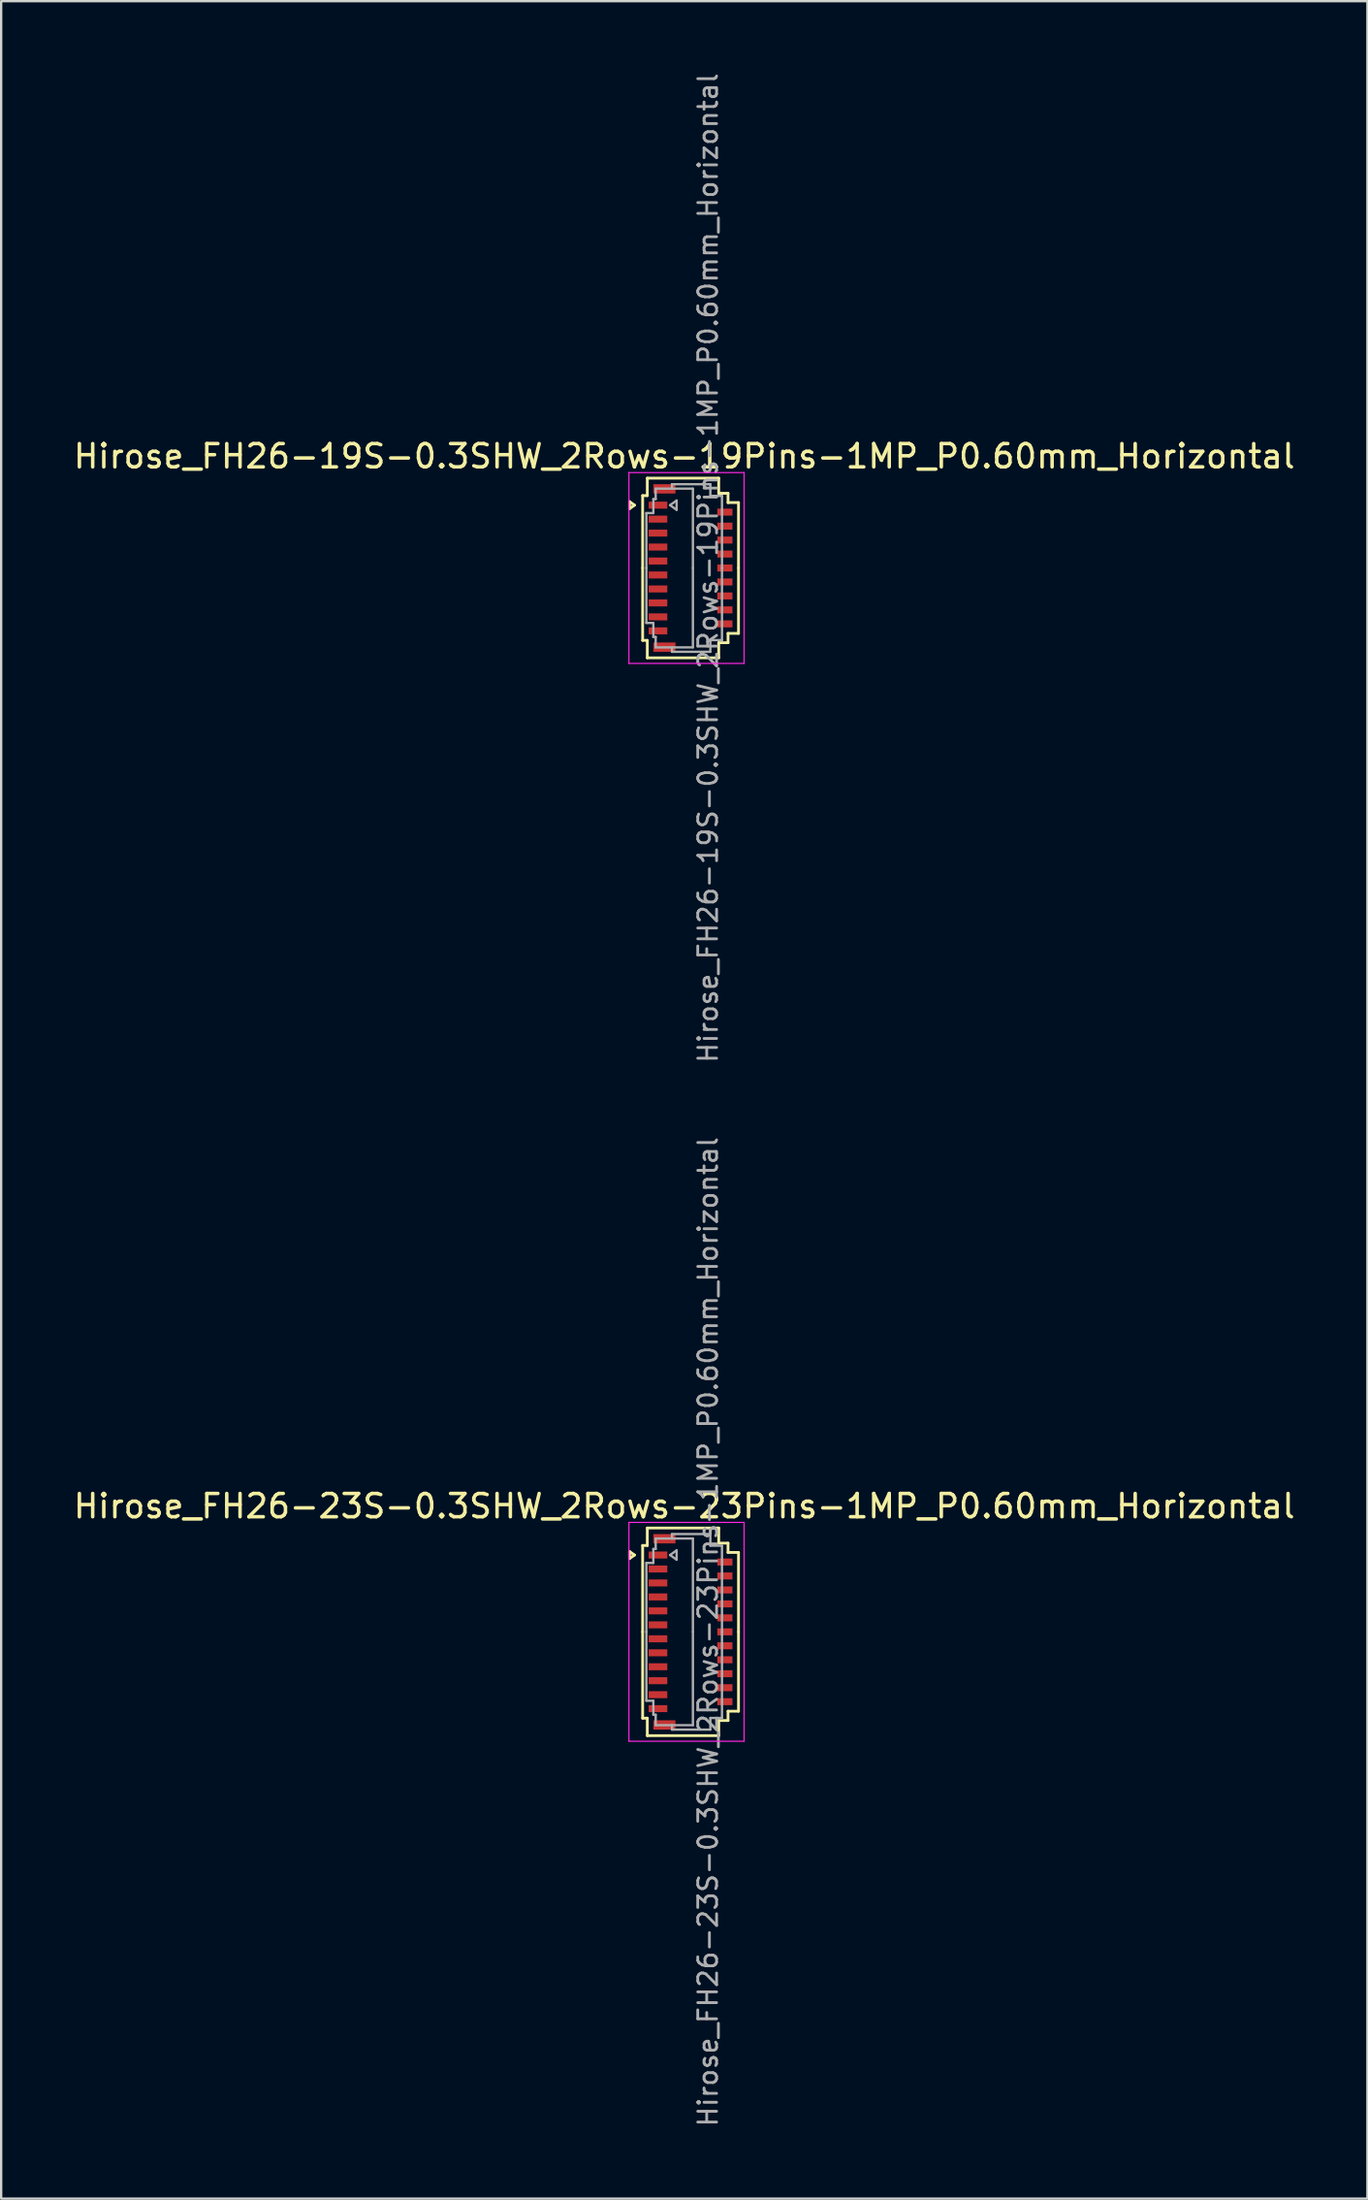
<source format=kicad_pcb>
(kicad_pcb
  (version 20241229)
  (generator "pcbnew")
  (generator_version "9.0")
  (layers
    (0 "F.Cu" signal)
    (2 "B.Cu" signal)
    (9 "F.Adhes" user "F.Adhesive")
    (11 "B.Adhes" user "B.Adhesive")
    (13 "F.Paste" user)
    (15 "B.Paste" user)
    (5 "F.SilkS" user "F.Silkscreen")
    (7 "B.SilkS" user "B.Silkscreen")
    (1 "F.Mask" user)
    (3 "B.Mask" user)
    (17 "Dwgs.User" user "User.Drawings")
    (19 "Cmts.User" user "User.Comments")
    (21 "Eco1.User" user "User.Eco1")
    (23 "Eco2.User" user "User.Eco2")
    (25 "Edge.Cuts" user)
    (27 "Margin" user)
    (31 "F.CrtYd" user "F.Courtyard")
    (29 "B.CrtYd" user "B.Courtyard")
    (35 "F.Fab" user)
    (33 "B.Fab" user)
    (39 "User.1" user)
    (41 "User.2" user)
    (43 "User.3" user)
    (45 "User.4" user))
  (footprint "Hirose_FH26-19S-0.3SHW_2Rows-19Pins-1MP_P0.60mm_Horizontal"
    (layer "F.Cu")
    (at 26.633 21.352)
    (property "Reference" "Hirose_FH26-19S-0.3SHW_2Rows-19Pins-1MP_P0.60mm_Horizontal" (at -0.27 -4.8 0) (layer "F.SilkS") (effects (font (size 1 1) (thickness 0.15))))
    (attr smd)
    (fp_line (start -2.622 -2.85) (end -2.41 -2.7) (stroke (width 0.12) (type solid)) (layer "F.SilkS"))
    (fp_line (start -2.622 -2.55) (end -2.622 -2.85) (stroke (width 0.12) (type solid)) (layer "F.SilkS"))
    (fp_line (start -2.41 -2.7) (end -2.622 -2.55) (stroke (width 0.12) (type solid)) (layer "F.SilkS"))
    (fp_line (start -2.06 -3.11) (end -2.06 0) (stroke (width 0.12) (type solid)) (layer "F.SilkS"))
    (fp_line (start -2.06 3.11) (end -2.06 0) (stroke (width 0.12) (type solid)) (layer "F.SilkS"))
    (fp_line (start -1.86 -3.86) (end -1.86 -3.11) (stroke (width 0.12) (type solid)) (layer "F.SilkS"))
    (fp_line (start -1.86 -3.11) (end -2.06 -3.11) (stroke (width 0.12) (type solid)) (layer "F.SilkS"))
    (fp_line (start -1.86 3.11) (end -2.06 3.11) (stroke (width 0.12) (type solid)) (layer "F.SilkS"))
    (fp_line (start -1.86 3.86) (end -1.86 3.11) (stroke (width 0.12) (type solid)) (layer "F.SilkS"))
    (fp_line (start 1.21 -3.86) (end -1.86 -3.86) (stroke (width 0.12) (type solid)) (layer "F.SilkS"))
    (fp_line (start 1.21 -3.21) (end 1.21 -3.86) (stroke (width 0.12) (type solid)) (layer "F.SilkS"))
    (fp_line (start 1.21 3.21) (end 1.21 3.86) (stroke (width 0.12) (type solid)) (layer "F.SilkS"))
    (fp_line (start 1.21 3.86) (end -1.86 3.86) (stroke (width 0.12) (type solid)) (layer "F.SilkS"))
    (fp_line (start 1.61 -3.21) (end 1.21 -3.21) (stroke (width 0.12) (type solid)) (layer "F.SilkS"))
    (fp_line (start 1.61 -2.81) (end 1.61 -3.21) (stroke (width 0.12) (type solid)) (layer "F.SilkS"))
    (fp_line (start 1.61 2.81) (end 1.61 3.21) (stroke (width 0.12) (type solid)) (layer "F.SilkS"))
    (fp_line (start 1.61 3.21) (end 1.21 3.21) (stroke (width 0.12) (type solid)) (layer "F.SilkS"))
    (fp_line (start 2.06 -2.81) (end 1.61 -2.81) (stroke (width 0.12) (type solid)) (layer "F.SilkS"))
    (fp_line (start 2.06 0) (end 2.06 -2.81) (stroke (width 0.12) (type solid)) (layer "F.SilkS"))
    (fp_line (start 2.06 0) (end 2.06 2.81) (stroke (width 0.12) (type solid)) (layer "F.SilkS"))
    (fp_line (start 2.06 2.81) (end 1.61 2.81) (stroke (width 0.12) (type solid)) (layer "F.SilkS"))
    (fp_line (start -2.65 -4.1) (end -2.65 4.1) (stroke (width 0.05) (type solid)) (layer "F.CrtYd"))
    (fp_line (start -2.65 4.1) (end 2.3 4.1) (stroke (width 0.05) (type solid)) (layer "F.CrtYd"))
    (fp_line (start 2.3 -4.1) (end -2.65 -4.1) (stroke (width 0.05) (type solid)) (layer "F.CrtYd"))
    (fp_line (start 2.3 4.1) (end 2.3 -4.1) (stroke (width 0.05) (type solid)) (layer "F.CrtYd"))
    (fp_line (start -1.9 -2.36) (end -1.6 -2.36) (stroke (width 0.1) (type solid)) (layer "F.Fab"))
    (fp_line (start -1.9 0) (end -1.9 -2.36) (stroke (width 0.1) (type solid)) (layer "F.Fab"))
    (fp_line (start -1.9 0) (end -1.9 2.36) (stroke (width 0.1) (type solid)) (layer "F.Fab"))
    (fp_line (start -1.9 2.36) (end -1.6 2.36) (stroke (width 0.1) (type solid)) (layer "F.Fab"))
    (fp_line (start -1.6 -2.96) (end -1.5 -2.96) (stroke (width 0.1) (type solid)) (layer "F.Fab"))
    (fp_line (start -1.6 -2.36) (end -1.6 -2.96) (stroke (width 0.1) (type solid)) (layer "F.Fab"))
    (fp_line (start -1.6 2.36) (end -1.6 2.96) (stroke (width 0.1) (type solid)) (layer "F.Fab"))
    (fp_line (start -1.6 2.96) (end -1.5 2.96) (stroke (width 0.1) (type solid)) (layer "F.Fab"))
    (fp_line (start -1.5 -3.41) (end -0.8 -3.41) (stroke (width 0.1) (type solid)) (layer "F.Fab"))
    (fp_line (start -1.5 -2.96) (end -1.5 -3.41) (stroke (width 0.1) (type solid)) (layer "F.Fab"))
    (fp_line (start -1.5 2.96) (end -1.5 3.41) (stroke (width 0.1) (type solid)) (layer "F.Fab"))
    (fp_line (start -1.5 3.41) (end -0.8 3.41) (stroke (width 0.1) (type solid)) (layer "F.Fab"))
    (fp_line (start -0.883 -2.7) (end -0.6 -2.5) (stroke (width 0.1) (type solid)) (layer "F.Fab"))
    (fp_line (start -0.8 -3.6) (end 0.85 -3.6) (stroke (width 0.1) (type solid)) (layer "F.Fab"))
    (fp_line (start -0.8 -3.41) (end -0.8 -3.6) (stroke (width 0.1) (type solid)) (layer "F.Fab"))
    (fp_line (start -0.8 3.41) (end -0.8 3.6) (stroke (width 0.1) (type solid)) (layer "F.Fab"))
    (fp_line (start -0.8 3.6) (end 0.85 3.6) (stroke (width 0.1) (type solid)) (layer "F.Fab"))
    (fp_line (start -0.6 -2.9) (end -0.883 -2.7) (stroke (width 0.1) (type solid)) (layer "F.Fab"))
    (fp_line (start -0.6 -2.5) (end -0.6 -2.9) (stroke (width 0.1) (type solid)) (layer "F.Fab"))
    (fp_line (start 0.1 -3.41) (end -0.8 -3.41) (stroke (width 0.1) (type solid)) (layer "F.Fab"))
    (fp_line (start 0.1 0) (end 0.1 -3.41) (stroke (width 0.1) (type solid)) (layer "F.Fab"))
    (fp_line (start 0.1 0) (end 0.1 3.41) (stroke (width 0.1) (type solid)) (layer "F.Fab"))
    (fp_line (start 0.1 3.41) (end -0.8 3.41) (stroke (width 0.1) (type solid)) (layer "F.Fab"))
    (fp_line (start 0.85 -3.6) (end 0.85 -3.1) (stroke (width 0.1) (type solid)) (layer "F.Fab"))
    (fp_line (start 0.85 -3.1) (end 1.35 -3.1) (stroke (width 0.1) (type solid)) (layer "F.Fab"))
    (fp_line (start 0.85 3.1) (end 1.35 3.1) (stroke (width 0.1) (type solid)) (layer "F.Fab"))
    (fp_line (start 0.85 3.6) (end 0.85 3.1) (stroke (width 0.1) (type solid)) (layer "F.Fab"))
    (fp_line (start 1.35 -3.1) (end 1.35 0) (stroke (width 0.1) (type solid)) (layer "F.Fab"))
    (fp_line (start 1.35 3.1) (end 1.35 0) (stroke (width 0.1) (type solid)) (layer "F.Fab"))
    (fp_text user "${REFERENCE}" (at 0.75 0 90) (layer "F.Fab") (effects (font (size 0.81 0.81) (thickness 0.12))))
    (pad "1" smd rect (at -1.4 -2.7) (size 0.8 0.3) (layers "F.Cu" "F.Mask" "F.Paste"))
    (pad "2" smd rect (at 1.475 -2.4) (size 0.65 0.3) (layers "F.Cu" "F.Mask" "F.Paste"))
    (pad "3" smd rect (at -1.4 -2.1) (size 0.8 0.3) (layers "F.Cu" "F.Mask" "F.Paste"))
    (pad "4" smd rect (at 1.475 -1.8) (size 0.65 0.3) (layers "F.Cu" "F.Mask" "F.Paste"))
    (pad "5" smd rect (at -1.4 -1.5) (size 0.8 0.3) (layers "F.Cu" "F.Mask" "F.Paste"))
    (pad "6" smd rect (at 1.475 -1.2) (size 0.65 0.3) (layers "F.Cu" "F.Mask" "F.Paste"))
    (pad "7" smd rect (at -1.4 -0.9) (size 0.8 0.3) (layers "F.Cu" "F.Mask" "F.Paste"))
    (pad "8" smd rect (at 1.475 -0.6) (size 0.65 0.3) (layers "F.Cu" "F.Mask" "F.Paste"))
    (pad "9" smd rect (at -1.4 -0.3) (size 0.8 0.3) (layers "F.Cu" "F.Mask" "F.Paste"))
    (pad "10" smd rect (at 1.475 0) (size 0.65 0.3) (layers "F.Cu" "F.Mask" "F.Paste"))
    (pad "11" smd rect (at -1.4 0.3) (size 0.8 0.3) (layers "F.Cu" "F.Mask" "F.Paste"))
    (pad "12" smd rect (at 1.475 0.6) (size 0.65 0.3) (layers "F.Cu" "F.Mask" "F.Paste"))
    (pad "13" smd rect (at -1.4 0.9) (size 0.8 0.3) (layers "F.Cu" "F.Mask" "F.Paste"))
    (pad "14" smd rect (at 1.475 1.2) (size 0.65 0.3) (layers "F.Cu" "F.Mask" "F.Paste"))
    (pad "15" smd rect (at -1.4 1.5) (size 0.8 0.3) (layers "F.Cu" "F.Mask" "F.Paste"))
    (pad "16" smd rect (at 1.475 1.8) (size 0.65 0.3) (layers "F.Cu" "F.Mask" "F.Paste"))
    (pad "17" smd rect (at -1.4 2.1) (size 0.8 0.3) (layers "F.Cu" "F.Mask" "F.Paste"))
    (pad "18" smd rect (at 1.475 2.4) (size 0.65 0.3) (layers "F.Cu" "F.Mask" "F.Paste"))
    (pad "19" smd rect (at -1.4 2.7) (size 0.8 0.3) (layers "F.Cu" "F.Mask" "F.Paste"))
    (pad "MP" smd rect (at -1.125 -3.4) (size 0.95 0.4) (layers "F.Cu" "F.Mask" "F.Paste"))
    (pad "MP" smd rect (at -1.125 3.4) (size 0.95 0.4) (layers "F.Cu" "F.Mask" "F.Paste")))
  (footprint "Hirose_FH26-23S-0.3SHW_2Rows-23Pins-1MP_P0.60mm_Horizontal"
    (layer "F.Cu")
    (at 26.633 67.056)
    (property "Reference" "Hirose_FH26-23S-0.3SHW_2Rows-23Pins-1MP_P0.60mm_Horizontal" (at -0.27 -5.4 0) (layer "F.SilkS") (effects (font (size 1 1) (thickness 0.15))))
    (attr smd)
    (fp_line (start -2.622 -3.45) (end -2.41 -3.3) (stroke (width 0.12) (type solid)) (layer "F.SilkS"))
    (fp_line (start -2.622 -3.15) (end -2.622 -3.45) (stroke (width 0.12) (type solid)) (layer "F.SilkS"))
    (fp_line (start -2.41 -3.3) (end -2.622 -3.15) (stroke (width 0.12) (type solid)) (layer "F.SilkS"))
    (fp_line (start -2.06 -3.71) (end -2.06 0) (stroke (width 0.12) (type solid)) (layer "F.SilkS"))
    (fp_line (start -2.06 3.71) (end -2.06 0) (stroke (width 0.12) (type solid)) (layer "F.SilkS"))
    (fp_line (start -1.86 -4.46) (end -1.86 -3.71) (stroke (width 0.12) (type solid)) (layer "F.SilkS"))
    (fp_line (start -1.86 -3.71) (end -2.06 -3.71) (stroke (width 0.12) (type solid)) (layer "F.SilkS"))
    (fp_line (start -1.86 3.71) (end -2.06 3.71) (stroke (width 0.12) (type solid)) (layer "F.SilkS"))
    (fp_line (start -1.86 4.46) (end -1.86 3.71) (stroke (width 0.12) (type solid)) (layer "F.SilkS"))
    (fp_line (start 1.21 -4.46) (end -1.86 -4.46) (stroke (width 0.12) (type solid)) (layer "F.SilkS"))
    (fp_line (start 1.21 -3.81) (end 1.21 -4.46) (stroke (width 0.12) (type solid)) (layer "F.SilkS"))
    (fp_line (start 1.21 3.81) (end 1.21 4.46) (stroke (width 0.12) (type solid)) (layer "F.SilkS"))
    (fp_line (start 1.21 4.46) (end -1.86 4.46) (stroke (width 0.12) (type solid)) (layer "F.SilkS"))
    (fp_line (start 1.61 -3.81) (end 1.21 -3.81) (stroke (width 0.12) (type solid)) (layer "F.SilkS"))
    (fp_line (start 1.61 -3.41) (end 1.61 -3.81) (stroke (width 0.12) (type solid)) (layer "F.SilkS"))
    (fp_line (start 1.61 3.41) (end 1.61 3.81) (stroke (width 0.12) (type solid)) (layer "F.SilkS"))
    (fp_line (start 1.61 3.81) (end 1.21 3.81) (stroke (width 0.12) (type solid)) (layer "F.SilkS"))
    (fp_line (start 2.06 -3.41) (end 1.61 -3.41) (stroke (width 0.12) (type solid)) (layer "F.SilkS"))
    (fp_line (start 2.06 0) (end 2.06 -3.41) (stroke (width 0.12) (type solid)) (layer "F.SilkS"))
    (fp_line (start 2.06 0) (end 2.06 3.41) (stroke (width 0.12) (type solid)) (layer "F.SilkS"))
    (fp_line (start 2.06 3.41) (end 1.61 3.41) (stroke (width 0.12) (type solid)) (layer "F.SilkS"))
    (fp_line (start -2.65 -4.7) (end -2.65 4.7) (stroke (width 0.05) (type solid)) (layer "F.CrtYd"))
    (fp_line (start -2.65 4.7) (end 2.3 4.7) (stroke (width 0.05) (type solid)) (layer "F.CrtYd"))
    (fp_line (start 2.3 -4.7) (end -2.65 -4.7) (stroke (width 0.05) (type solid)) (layer "F.CrtYd"))
    (fp_line (start 2.3 4.7) (end 2.3 -4.7) (stroke (width 0.05) (type solid)) (layer "F.CrtYd"))
    (fp_line (start -1.9 -2.96) (end -1.6 -2.96) (stroke (width 0.1) (type solid)) (layer "F.Fab"))
    (fp_line (start -1.9 0) (end -1.9 -2.96) (stroke (width 0.1) (type solid)) (layer "F.Fab"))
    (fp_line (start -1.9 0) (end -1.9 2.96) (stroke (width 0.1) (type solid)) (layer "F.Fab"))
    (fp_line (start -1.9 2.96) (end -1.6 2.96) (stroke (width 0.1) (type solid)) (layer "F.Fab"))
    (fp_line (start -1.6 -3.56) (end -1.5 -3.56) (stroke (width 0.1) (type solid)) (layer "F.Fab"))
    (fp_line (start -1.6 -2.96) (end -1.6 -3.56) (stroke (width 0.1) (type solid)) (layer "F.Fab"))
    (fp_line (start -1.6 2.96) (end -1.6 3.56) (stroke (width 0.1) (type solid)) (layer "F.Fab"))
    (fp_line (start -1.6 3.56) (end -1.5 3.56) (stroke (width 0.1) (type solid)) (layer "F.Fab"))
    (fp_line (start -1.5 -4.01) (end -0.8 -4.01) (stroke (width 0.1) (type solid)) (layer "F.Fab"))
    (fp_line (start -1.5 -3.56) (end -1.5 -4.01) (stroke (width 0.1) (type solid)) (layer "F.Fab"))
    (fp_line (start -1.5 3.56) (end -1.5 4.01) (stroke (width 0.1) (type solid)) (layer "F.Fab"))
    (fp_line (start -1.5 4.01) (end -0.8 4.01) (stroke (width 0.1) (type solid)) (layer "F.Fab"))
    (fp_line (start -0.883 -3.3) (end -0.6 -3.1) (stroke (width 0.1) (type solid)) (layer "F.Fab"))
    (fp_line (start -0.8 -4.2) (end 0.85 -4.2) (stroke (width 0.1) (type solid)) (layer "F.Fab"))
    (fp_line (start -0.8 -4.01) (end -0.8 -4.2) (stroke (width 0.1) (type solid)) (layer "F.Fab"))
    (fp_line (start -0.8 4.01) (end -0.8 4.2) (stroke (width 0.1) (type solid)) (layer "F.Fab"))
    (fp_line (start -0.8 4.2) (end 0.85 4.2) (stroke (width 0.1) (type solid)) (layer "F.Fab"))
    (fp_line (start -0.6 -3.5) (end -0.883 -3.3) (stroke (width 0.1) (type solid)) (layer "F.Fab"))
    (fp_line (start -0.6 -3.1) (end -0.6 -3.5) (stroke (width 0.1) (type solid)) (layer "F.Fab"))
    (fp_line (start 0.1 -4.01) (end -0.8 -4.01) (stroke (width 0.1) (type solid)) (layer "F.Fab"))
    (fp_line (start 0.1 0) (end 0.1 -4.01) (stroke (width 0.1) (type solid)) (layer "F.Fab"))
    (fp_line (start 0.1 0) (end 0.1 4.01) (stroke (width 0.1) (type solid)) (layer "F.Fab"))
    (fp_line (start 0.1 4.01) (end -0.8 4.01) (stroke (width 0.1) (type solid)) (layer "F.Fab"))
    (fp_line (start 0.85 -4.2) (end 0.85 -3.7) (stroke (width 0.1) (type solid)) (layer "F.Fab"))
    (fp_line (start 0.85 -3.7) (end 1.35 -3.7) (stroke (width 0.1) (type solid)) (layer "F.Fab"))
    (fp_line (start 0.85 3.7) (end 1.35 3.7) (stroke (width 0.1) (type solid)) (layer "F.Fab"))
    (fp_line (start 0.85 4.2) (end 0.85 3.7) (stroke (width 0.1) (type solid)) (layer "F.Fab"))
    (fp_line (start 1.35 -3.7) (end 1.35 0) (stroke (width 0.1) (type solid)) (layer "F.Fab"))
    (fp_line (start 1.35 3.7) (end 1.35 0) (stroke (width 0.1) (type solid)) (layer "F.Fab"))
    (fp_text user "${REFERENCE}" (at 0.75 0 90) (layer "F.Fab") (effects (font (size 0.81 0.81) (thickness 0.12))))
    (pad "1" smd rect (at -1.4 -3.3) (size 0.8 0.3) (layers "F.Cu" "F.Mask" "F.Paste"))
    (pad "2" smd rect (at 1.475 -3) (size 0.65 0.3) (layers "F.Cu" "F.Mask" "F.Paste"))
    (pad "3" smd rect (at -1.4 -2.7) (size 0.8 0.3) (layers "F.Cu" "F.Mask" "F.Paste"))
    (pad "4" smd rect (at 1.475 -2.4) (size 0.65 0.3) (layers "F.Cu" "F.Mask" "F.Paste"))
    (pad "5" smd rect (at -1.4 -2.1) (size 0.8 0.3) (layers "F.Cu" "F.Mask" "F.Paste"))
    (pad "6" smd rect (at 1.475 -1.8) (size 0.65 0.3) (layers "F.Cu" "F.Mask" "F.Paste"))
    (pad "7" smd rect (at -1.4 -1.5) (size 0.8 0.3) (layers "F.Cu" "F.Mask" "F.Paste"))
    (pad "8" smd rect (at 1.475 -1.2) (size 0.65 0.3) (layers "F.Cu" "F.Mask" "F.Paste"))
    (pad "9" smd rect (at -1.4 -0.9) (size 0.8 0.3) (layers "F.Cu" "F.Mask" "F.Paste"))
    (pad "10" smd rect (at 1.475 -0.6) (size 0.65 0.3) (layers "F.Cu" "F.Mask" "F.Paste"))
    (pad "11" smd rect (at -1.4 -0.3) (size 0.8 0.3) (layers "F.Cu" "F.Mask" "F.Paste"))
    (pad "12" smd rect (at 1.475 0) (size 0.65 0.3) (layers "F.Cu" "F.Mask" "F.Paste"))
    (pad "13" smd rect (at -1.4 0.3) (size 0.8 0.3) (layers "F.Cu" "F.Mask" "F.Paste"))
    (pad "14" smd rect (at 1.475 0.6) (size 0.65 0.3) (layers "F.Cu" "F.Mask" "F.Paste"))
    (pad "15" smd rect (at -1.4 0.9) (size 0.8 0.3) (layers "F.Cu" "F.Mask" "F.Paste"))
    (pad "16" smd rect (at 1.475 1.2) (size 0.65 0.3) (layers "F.Cu" "F.Mask" "F.Paste"))
    (pad "17" smd rect (at -1.4 1.5) (size 0.8 0.3) (layers "F.Cu" "F.Mask" "F.Paste"))
    (pad "18" smd rect (at 1.475 1.8) (size 0.65 0.3) (layers "F.Cu" "F.Mask" "F.Paste"))
    (pad "19" smd rect (at -1.4 2.1) (size 0.8 0.3) (layers "F.Cu" "F.Mask" "F.Paste"))
    (pad "20" smd rect (at 1.475 2.4) (size 0.65 0.3) (layers "F.Cu" "F.Mask" "F.Paste"))
    (pad "21" smd rect (at -1.4 2.7) (size 0.8 0.3) (layers "F.Cu" "F.Mask" "F.Paste"))
    (pad "22" smd rect (at 1.475 3) (size 0.65 0.3) (layers "F.Cu" "F.Mask" "F.Paste"))
    (pad "23" smd rect (at -1.4 3.3) (size 0.8 0.3) (layers "F.Cu" "F.Mask" "F.Paste"))
    (pad "MP" smd rect (at -1.125 -4) (size 0.95 0.4) (layers "F.Cu" "F.Mask" "F.Paste"))
    (pad "MP" smd rect (at -1.125 4) (size 0.95 0.4) (layers "F.Cu" "F.Mask" "F.Paste")))
  (gr_rect
    (start -3 -3)
    (end 55.726 91.407)
    (stroke (width 0.1) (type default))
    (fill no)
    (layer "Edge.Cuts")))
</source>
